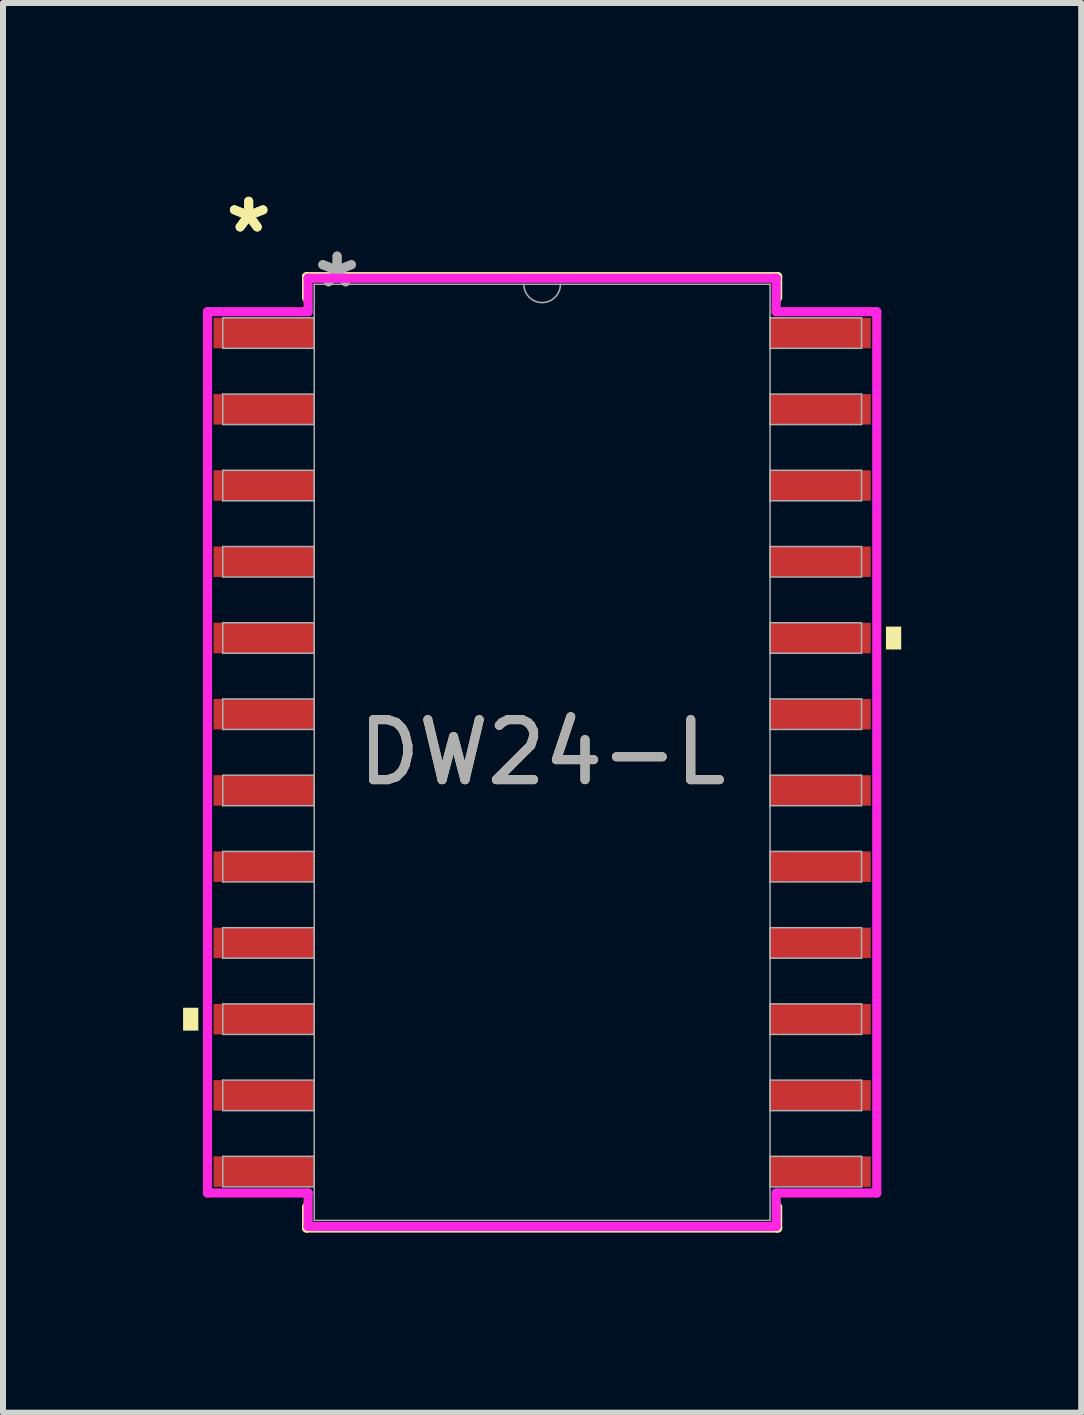
<source format=kicad_pcb>
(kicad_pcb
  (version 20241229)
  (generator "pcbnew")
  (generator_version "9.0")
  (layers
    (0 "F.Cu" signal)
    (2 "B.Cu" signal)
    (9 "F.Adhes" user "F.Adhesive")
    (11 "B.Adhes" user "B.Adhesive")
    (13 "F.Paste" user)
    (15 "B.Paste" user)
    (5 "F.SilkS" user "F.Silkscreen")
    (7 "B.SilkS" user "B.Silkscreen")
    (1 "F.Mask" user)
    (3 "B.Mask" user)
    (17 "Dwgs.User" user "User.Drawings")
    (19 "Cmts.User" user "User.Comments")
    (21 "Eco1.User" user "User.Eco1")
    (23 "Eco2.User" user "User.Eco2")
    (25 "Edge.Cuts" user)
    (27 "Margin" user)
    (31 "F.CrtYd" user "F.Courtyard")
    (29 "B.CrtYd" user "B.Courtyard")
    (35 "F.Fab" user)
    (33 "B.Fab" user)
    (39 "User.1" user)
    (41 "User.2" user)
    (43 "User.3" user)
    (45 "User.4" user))
  (footprint "DW24-L"
    (layer "F.Cu")
    (at 5.982 9.484)
    (property "Reference" "DW24-L" (at 0 0 0) (unlocked yes) (layer "F.SilkS") (effects (font (size 1 1) (thickness 0.15))))
    (attr smd)
    (fp_line (start -3.924 -7.925) (end -3.924 -7.572) (stroke (width 0.152) (type solid)) (layer "F.SilkS"))
    (fp_line (start -3.924 7.572) (end -3.924 7.925) (stroke (width 0.152) (type solid)) (layer "F.SilkS"))
    (fp_line (start -3.924 7.925) (end 3.924 7.925) (stroke (width 0.152) (type solid)) (layer "F.SilkS"))
    (fp_line (start 3.924 -7.925) (end -3.924 -7.925) (stroke (width 0.152) (type solid)) (layer "F.SilkS"))
    (fp_line (start 3.924 -7.572) (end 3.924 -7.925) (stroke (width 0.152) (type solid)) (layer "F.SilkS"))
    (fp_line (start 3.924 7.925) (end 3.924 7.572) (stroke (width 0.152) (type solid)) (layer "F.SilkS"))
    (fp_poly (pts (xy -5.982 4.255) (xy -5.982 4.636) (xy -5.728 4.636) (xy -5.728 4.255)) (stroke (width 0) (type solid)) (fill yes) (layer "F.SilkS"))
    (fp_poly (pts (xy 5.982 -2.095) (xy 5.982 -1.714) (xy 5.728 -1.714) (xy 5.728 -2.095)) (stroke (width 0) (type solid)) (fill yes) (layer "F.SilkS"))
    (fp_line (start -5.575 -7.341) (end -3.899 -7.341) (stroke (width 0.152) (type solid)) (layer "F.CrtYd"))
    (fp_line (start -5.575 7.341) (end -5.575 -7.341) (stroke (width 0.152) (type solid)) (layer "F.CrtYd"))
    (fp_line (start -5.575 7.341) (end -3.899 7.341) (stroke (width 0.152) (type solid)) (layer "F.CrtYd"))
    (fp_line (start -3.899 -7.899) (end 3.899 -7.899) (stroke (width 0.152) (type solid)) (layer "F.CrtYd"))
    (fp_line (start -3.899 -7.341) (end -3.899 -7.899) (stroke (width 0.152) (type solid)) (layer "F.CrtYd"))
    (fp_line (start -3.899 7.899) (end -3.899 7.341) (stroke (width 0.152) (type solid)) (layer "F.CrtYd"))
    (fp_line (start 3.899 -7.899) (end 3.899 -7.341) (stroke (width 0.152) (type solid)) (layer "F.CrtYd"))
    (fp_line (start 3.899 7.341) (end 3.899 7.899) (stroke (width 0.152) (type solid)) (layer "F.CrtYd"))
    (fp_line (start 3.899 7.899) (end -3.899 7.899) (stroke (width 0.152) (type solid)) (layer "F.CrtYd"))
    (fp_line (start 5.575 -7.341) (end 3.899 -7.341) (stroke (width 0.152) (type solid)) (layer "F.CrtYd"))
    (fp_line (start 5.575 -7.341) (end 5.575 7.341) (stroke (width 0.152) (type solid)) (layer "F.CrtYd"))
    (fp_line (start 5.575 7.341) (end 3.899 7.341) (stroke (width 0.152) (type solid)) (layer "F.CrtYd"))
    (fp_line (start -5.321 -7.239) (end -5.321 -6.731) (stroke (width 0.025) (type solid)) (layer "F.Fab"))
    (fp_line (start -5.321 -6.731) (end -3.797 -6.731) (stroke (width 0.025) (type solid)) (layer "F.Fab"))
    (fp_line (start -5.321 -5.969) (end -5.321 -5.461) (stroke (width 0.025) (type solid)) (layer "F.Fab"))
    (fp_line (start -5.321 -5.461) (end -3.797 -5.461) (stroke (width 0.025) (type solid)) (layer "F.Fab"))
    (fp_line (start -5.321 -4.699) (end -5.321 -4.191) (stroke (width 0.025) (type solid)) (layer "F.Fab"))
    (fp_line (start -5.321 -4.191) (end -3.797 -4.191) (stroke (width 0.025) (type solid)) (layer "F.Fab"))
    (fp_line (start -5.321 -3.429) (end -5.321 -2.921) (stroke (width 0.025) (type solid)) (layer "F.Fab"))
    (fp_line (start -5.321 -2.921) (end -3.797 -2.921) (stroke (width 0.025) (type solid)) (layer "F.Fab"))
    (fp_line (start -5.321 -2.159) (end -5.321 -1.651) (stroke (width 0.025) (type solid)) (layer "F.Fab"))
    (fp_line (start -5.321 -1.651) (end -3.797 -1.651) (stroke (width 0.025) (type solid)) (layer "F.Fab"))
    (fp_line (start -5.321 -0.889) (end -5.321 -0.381) (stroke (width 0.025) (type solid)) (layer "F.Fab"))
    (fp_line (start -5.321 -0.381) (end -3.797 -0.381) (stroke (width 0.025) (type solid)) (layer "F.Fab"))
    (fp_line (start -5.321 0.381) (end -5.321 0.889) (stroke (width 0.025) (type solid)) (layer "F.Fab"))
    (fp_line (start -5.321 0.889) (end -3.797 0.889) (stroke (width 0.025) (type solid)) (layer "F.Fab"))
    (fp_line (start -5.321 1.651) (end -5.321 2.159) (stroke (width 0.025) (type solid)) (layer "F.Fab"))
    (fp_line (start -5.321 2.159) (end -3.797 2.159) (stroke (width 0.025) (type solid)) (layer "F.Fab"))
    (fp_line (start -5.321 2.921) (end -5.321 3.429) (stroke (width 0.025) (type solid)) (layer "F.Fab"))
    (fp_line (start -5.321 3.429) (end -3.797 3.429) (stroke (width 0.025) (type solid)) (layer "F.Fab"))
    (fp_line (start -5.321 4.191) (end -5.321 4.699) (stroke (width 0.025) (type solid)) (layer "F.Fab"))
    (fp_line (start -5.321 4.699) (end -3.797 4.699) (stroke (width 0.025) (type solid)) (layer "F.Fab"))
    (fp_line (start -5.321 5.461) (end -5.321 5.969) (stroke (width 0.025) (type solid)) (layer "F.Fab"))
    (fp_line (start -5.321 5.969) (end -3.797 5.969) (stroke (width 0.025) (type solid)) (layer "F.Fab"))
    (fp_line (start -5.321 6.731) (end -5.321 7.239) (stroke (width 0.025) (type solid)) (layer "F.Fab"))
    (fp_line (start -5.321 7.239) (end -3.797 7.239) (stroke (width 0.025) (type solid)) (layer "F.Fab"))
    (fp_line (start -3.797 -7.798) (end -3.797 7.798) (stroke (width 0.025) (type solid)) (layer "F.Fab"))
    (fp_line (start -3.797 -7.239) (end -5.321 -7.239) (stroke (width 0.025) (type solid)) (layer "F.Fab"))
    (fp_line (start -3.797 -6.731) (end -3.797 -7.239) (stroke (width 0.025) (type solid)) (layer "F.Fab"))
    (fp_line (start -3.797 -5.969) (end -5.321 -5.969) (stroke (width 0.025) (type solid)) (layer "F.Fab"))
    (fp_line (start -3.797 -5.461) (end -3.797 -5.969) (stroke (width 0.025) (type solid)) (layer "F.Fab"))
    (fp_line (start -3.797 -4.699) (end -5.321 -4.699) (stroke (width 0.025) (type solid)) (layer "F.Fab"))
    (fp_line (start -3.797 -4.191) (end -3.797 -4.699) (stroke (width 0.025) (type solid)) (layer "F.Fab"))
    (fp_line (start -3.797 -3.429) (end -5.321 -3.429) (stroke (width 0.025) (type solid)) (layer "F.Fab"))
    (fp_line (start -3.797 -2.921) (end -3.797 -3.429) (stroke (width 0.025) (type solid)) (layer "F.Fab"))
    (fp_line (start -3.797 -2.159) (end -5.321 -2.159) (stroke (width 0.025) (type solid)) (layer "F.Fab"))
    (fp_line (start -3.797 -1.651) (end -3.797 -2.159) (stroke (width 0.025) (type solid)) (layer "F.Fab"))
    (fp_line (start -3.797 -0.889) (end -5.321 -0.889) (stroke (width 0.025) (type solid)) (layer "F.Fab"))
    (fp_line (start -3.797 -0.381) (end -3.797 -0.889) (stroke (width 0.025) (type solid)) (layer "F.Fab"))
    (fp_line (start -3.797 0.381) (end -5.321 0.381) (stroke (width 0.025) (type solid)) (layer "F.Fab"))
    (fp_line (start -3.797 0.889) (end -3.797 0.381) (stroke (width 0.025) (type solid)) (layer "F.Fab"))
    (fp_line (start -3.797 1.651) (end -5.321 1.651) (stroke (width 0.025) (type solid)) (layer "F.Fab"))
    (fp_line (start -3.797 2.159) (end -3.797 1.651) (stroke (width 0.025) (type solid)) (layer "F.Fab"))
    (fp_line (start -3.797 2.921) (end -5.321 2.921) (stroke (width 0.025) (type solid)) (layer "F.Fab"))
    (fp_line (start -3.797 3.429) (end -3.797 2.921) (stroke (width 0.025) (type solid)) (layer "F.Fab"))
    (fp_line (start -3.797 4.191) (end -5.321 4.191) (stroke (width 0.025) (type solid)) (layer "F.Fab"))
    (fp_line (start -3.797 4.699) (end -3.797 4.191) (stroke (width 0.025) (type solid)) (layer "F.Fab"))
    (fp_line (start -3.797 5.461) (end -5.321 5.461) (stroke (width 0.025) (type solid)) (layer "F.Fab"))
    (fp_line (start -3.797 5.969) (end -3.797 5.461) (stroke (width 0.025) (type solid)) (layer "F.Fab"))
    (fp_line (start -3.797 6.731) (end -5.321 6.731) (stroke (width 0.025) (type solid)) (layer "F.Fab"))
    (fp_line (start -3.797 7.239) (end -3.797 6.731) (stroke (width 0.025) (type solid)) (layer "F.Fab"))
    (fp_line (start -3.797 7.798) (end 3.797 7.798) (stroke (width 0.025) (type solid)) (layer "F.Fab"))
    (fp_line (start 3.797 -7.798) (end -3.797 -7.798) (stroke (width 0.025) (type solid)) (layer "F.Fab"))
    (fp_line (start 3.797 -7.239) (end 3.797 -6.731) (stroke (width 0.025) (type solid)) (layer "F.Fab"))
    (fp_line (start 3.797 -6.731) (end 5.321 -6.731) (stroke (width 0.025) (type solid)) (layer "F.Fab"))
    (fp_line (start 3.797 -5.969) (end 3.797 -5.461) (stroke (width 0.025) (type solid)) (layer "F.Fab"))
    (fp_line (start 3.797 -5.461) (end 5.321 -5.461) (stroke (width 0.025) (type solid)) (layer "F.Fab"))
    (fp_line (start 3.797 -4.699) (end 3.797 -4.191) (stroke (width 0.025) (type solid)) (layer "F.Fab"))
    (fp_line (start 3.797 -4.191) (end 5.321 -4.191) (stroke (width 0.025) (type solid)) (layer "F.Fab"))
    (fp_line (start 3.797 -3.429) (end 3.797 -2.921) (stroke (width 0.025) (type solid)) (layer "F.Fab"))
    (fp_line (start 3.797 -2.921) (end 5.321 -2.921) (stroke (width 0.025) (type solid)) (layer "F.Fab"))
    (fp_line (start 3.797 -2.159) (end 3.797 -1.651) (stroke (width 0.025) (type solid)) (layer "F.Fab"))
    (fp_line (start 3.797 -1.651) (end 5.321 -1.651) (stroke (width 0.025) (type solid)) (layer "F.Fab"))
    (fp_line (start 3.797 -0.889) (end 3.797 -0.381) (stroke (width 0.025) (type solid)) (layer "F.Fab"))
    (fp_line (start 3.797 -0.381) (end 5.321 -0.381) (stroke (width 0.025) (type solid)) (layer "F.Fab"))
    (fp_line (start 3.797 0.381) (end 3.797 0.889) (stroke (width 0.025) (type solid)) (layer "F.Fab"))
    (fp_line (start 3.797 0.889) (end 5.321 0.889) (stroke (width 0.025) (type solid)) (layer "F.Fab"))
    (fp_line (start 3.797 1.651) (end 3.797 2.159) (stroke (width 0.025) (type solid)) (layer "F.Fab"))
    (fp_line (start 3.797 2.159) (end 5.321 2.159) (stroke (width 0.025) (type solid)) (layer "F.Fab"))
    (fp_line (start 3.797 2.921) (end 3.797 3.429) (stroke (width 0.025) (type solid)) (layer "F.Fab"))
    (fp_line (start 3.797 3.429) (end 5.321 3.429) (stroke (width 0.025) (type solid)) (layer "F.Fab"))
    (fp_line (start 3.797 4.191) (end 3.797 4.699) (stroke (width 0.025) (type solid)) (layer "F.Fab"))
    (fp_line (start 3.797 4.699) (end 5.321 4.699) (stroke (width 0.025) (type solid)) (layer "F.Fab"))
    (fp_line (start 3.797 5.461) (end 3.797 5.969) (stroke (width 0.025) (type solid)) (layer "F.Fab"))
    (fp_line (start 3.797 5.969) (end 5.321 5.969) (stroke (width 0.025) (type solid)) (layer "F.Fab"))
    (fp_line (start 3.797 6.731) (end 3.797 7.239) (stroke (width 0.025) (type solid)) (layer "F.Fab"))
    (fp_line (start 3.797 7.239) (end 5.321 7.239) (stroke (width 0.025) (type solid)) (layer "F.Fab"))
    (fp_line (start 3.797 7.798) (end 3.797 -7.798) (stroke (width 0.025) (type solid)) (layer "F.Fab"))
    (fp_line (start 5.321 -7.239) (end 3.797 -7.239) (stroke (width 0.025) (type solid)) (layer "F.Fab"))
    (fp_line (start 5.321 -6.731) (end 5.321 -7.239) (stroke (width 0.025) (type solid)) (layer "F.Fab"))
    (fp_line (start 5.321 -5.969) (end 3.797 -5.969) (stroke (width 0.025) (type solid)) (layer "F.Fab"))
    (fp_line (start 5.321 -5.461) (end 5.321 -5.969) (stroke (width 0.025) (type solid)) (layer "F.Fab"))
    (fp_line (start 5.321 -4.699) (end 3.797 -4.699) (stroke (width 0.025) (type solid)) (layer "F.Fab"))
    (fp_line (start 5.321 -4.191) (end 5.321 -4.699) (stroke (width 0.025) (type solid)) (layer "F.Fab"))
    (fp_line (start 5.321 -3.429) (end 3.797 -3.429) (stroke (width 0.025) (type solid)) (layer "F.Fab"))
    (fp_line (start 5.321 -2.921) (end 5.321 -3.429) (stroke (width 0.025) (type solid)) (layer "F.Fab"))
    (fp_line (start 5.321 -2.159) (end 3.797 -2.159) (stroke (width 0.025) (type solid)) (layer "F.Fab"))
    (fp_line (start 5.321 -1.651) (end 5.321 -2.159) (stroke (width 0.025) (type solid)) (layer "F.Fab"))
    (fp_line (start 5.321 -0.889) (end 3.797 -0.889) (stroke (width 0.025) (type solid)) (layer "F.Fab"))
    (fp_line (start 5.321 -0.381) (end 5.321 -0.889) (stroke (width 0.025) (type solid)) (layer "F.Fab"))
    (fp_line (start 5.321 0.381) (end 3.797 0.381) (stroke (width 0.025) (type solid)) (layer "F.Fab"))
    (fp_line (start 5.321 0.889) (end 5.321 0.381) (stroke (width 0.025) (type solid)) (layer "F.Fab"))
    (fp_line (start 5.321 1.651) (end 3.797 1.651) (stroke (width 0.025) (type solid)) (layer "F.Fab"))
    (fp_line (start 5.321 2.159) (end 5.321 1.651) (stroke (width 0.025) (type solid)) (layer "F.Fab"))
    (fp_line (start 5.321 2.921) (end 3.797 2.921) (stroke (width 0.025) (type solid)) (layer "F.Fab"))
    (fp_line (start 5.321 3.429) (end 5.321 2.921) (stroke (width 0.025) (type solid)) (layer "F.Fab"))
    (fp_line (start 5.321 4.191) (end 3.797 4.191) (stroke (width 0.025) (type solid)) (layer "F.Fab"))
    (fp_line (start 5.321 4.699) (end 5.321 4.191) (stroke (width 0.025) (type solid)) (layer "F.Fab"))
    (fp_line (start 5.321 5.461) (end 3.797 5.461) (stroke (width 0.025) (type solid)) (layer "F.Fab"))
    (fp_line (start 5.321 5.969) (end 5.321 5.461) (stroke (width 0.025) (type solid)) (layer "F.Fab"))
    (fp_line (start 5.321 6.731) (end 3.797 6.731) (stroke (width 0.025) (type solid)) (layer "F.Fab"))
    (fp_line (start 5.321 7.239) (end 5.321 6.731) (stroke (width 0.025) (type solid)) (layer "F.Fab"))
    (fp_arc (start 0.3048 -7.7978) (mid 0 -7.493) (end -0.3048 -7.7978) (stroke (width 0.0254) (type solid)) (layer "F.Fab"))
    (fp_text user "*" (at -4.889 -8.636 0) (unlocked yes) (layer "F.SilkS") (effects (font (size 1 1) (thickness 0.15))))
    (fp_text user "*" (at -4.889 -8.636 0) (layer "F.SilkS") (effects (font (size 1 1) (thickness 0.15))))
    (fp_text user "*" (at -3.416 -7.722 0) (layer "F.Fab") (effects (font (size 1 1) (thickness 0.15))))
    (fp_text user "*" (at -3.416 -7.722 0) (unlocked yes) (layer "F.Fab") (effects (font (size 1 1) (thickness 0.15))))
    (fp_text user "${REFERENCE}" (at 0 0 0) (unlocked yes) (layer "F.Fab") (effects (font (size 1 1) (thickness 0.15))))
    (pad "1" smd rect (at -4.636 -6.985) (size 1.676 0.508) (layers "F.Cu" "F.Mask" "F.Paste"))
    (pad "2" smd rect (at -4.636 -5.715) (size 1.676 0.508) (layers "F.Cu" "F.Mask" "F.Paste"))
    (pad "3" smd rect (at -4.636 -4.445) (size 1.676 0.508) (layers "F.Cu" "F.Mask" "F.Paste"))
    (pad "4" smd rect (at -4.636 -3.175) (size 1.676 0.508) (layers "F.Cu" "F.Mask" "F.Paste"))
    (pad "5" smd rect (at -4.636 -1.905) (size 1.676 0.508) (layers "F.Cu" "F.Mask" "F.Paste"))
    (pad "6" smd rect (at -4.636 -0.635) (size 1.676 0.508) (layers "F.Cu" "F.Mask" "F.Paste"))
    (pad "7" smd rect (at -4.636 0.635) (size 1.676 0.508) (layers "F.Cu" "F.Mask" "F.Paste"))
    (pad "8" smd rect (at -4.636 1.905) (size 1.676 0.508) (layers "F.Cu" "F.Mask" "F.Paste"))
    (pad "9" smd rect (at -4.636 3.175) (size 1.676 0.508) (layers "F.Cu" "F.Mask" "F.Paste"))
    (pad "10" smd rect (at -4.636 4.445) (size 1.676 0.508) (layers "F.Cu" "F.Mask" "F.Paste"))
    (pad "11" smd rect (at -4.636 5.715) (size 1.676 0.508) (layers "F.Cu" "F.Mask" "F.Paste"))
    (pad "12" smd rect (at -4.636 6.985) (size 1.676 0.508) (layers "F.Cu" "F.Mask" "F.Paste"))
    (pad "13" smd rect (at 4.636 6.985) (size 1.676 0.508) (layers "F.Cu" "F.Mask" "F.Paste"))
    (pad "14" smd rect (at 4.636 5.715) (size 1.676 0.508) (layers "F.Cu" "F.Mask" "F.Paste"))
    (pad "15" smd rect (at 4.636 4.445) (size 1.676 0.508) (layers "F.Cu" "F.Mask" "F.Paste"))
    (pad "16" smd rect (at 4.636 3.175) (size 1.676 0.508) (layers "F.Cu" "F.Mask" "F.Paste"))
    (pad "17" smd rect (at 4.636 1.905) (size 1.676 0.508) (layers "F.Cu" "F.Mask" "F.Paste"))
    (pad "18" smd rect (at 4.636 0.635) (size 1.676 0.508) (layers "F.Cu" "F.Mask" "F.Paste"))
    (pad "19" smd rect (at 4.636 -0.635) (size 1.676 0.508) (layers "F.Cu" "F.Mask" "F.Paste"))
    (pad "20" smd rect (at 4.636 -1.905) (size 1.676 0.508) (layers "F.Cu" "F.Mask" "F.Paste"))
    (pad "21" smd rect (at 4.636 -3.175) (size 1.676 0.508) (layers "F.Cu" "F.Mask" "F.Paste"))
    (pad "22" smd rect (at 4.636 -4.445) (size 1.676 0.508) (layers "F.Cu" "F.Mask" "F.Paste"))
    (pad "23" smd rect (at 4.636 -5.715) (size 1.676 0.508) (layers "F.Cu" "F.Mask" "F.Paste"))
    (pad "24" smd rect (at 4.636 -6.985) (size 1.676 0.508) (layers "F.Cu" "F.Mask" "F.Paste")))
  (gr_rect
    (start -3 -3)
    (end 14.963 20.485)
    (stroke (width 0.1) (type default))
    (fill no)
    (layer "Edge.Cuts")))
</source>
